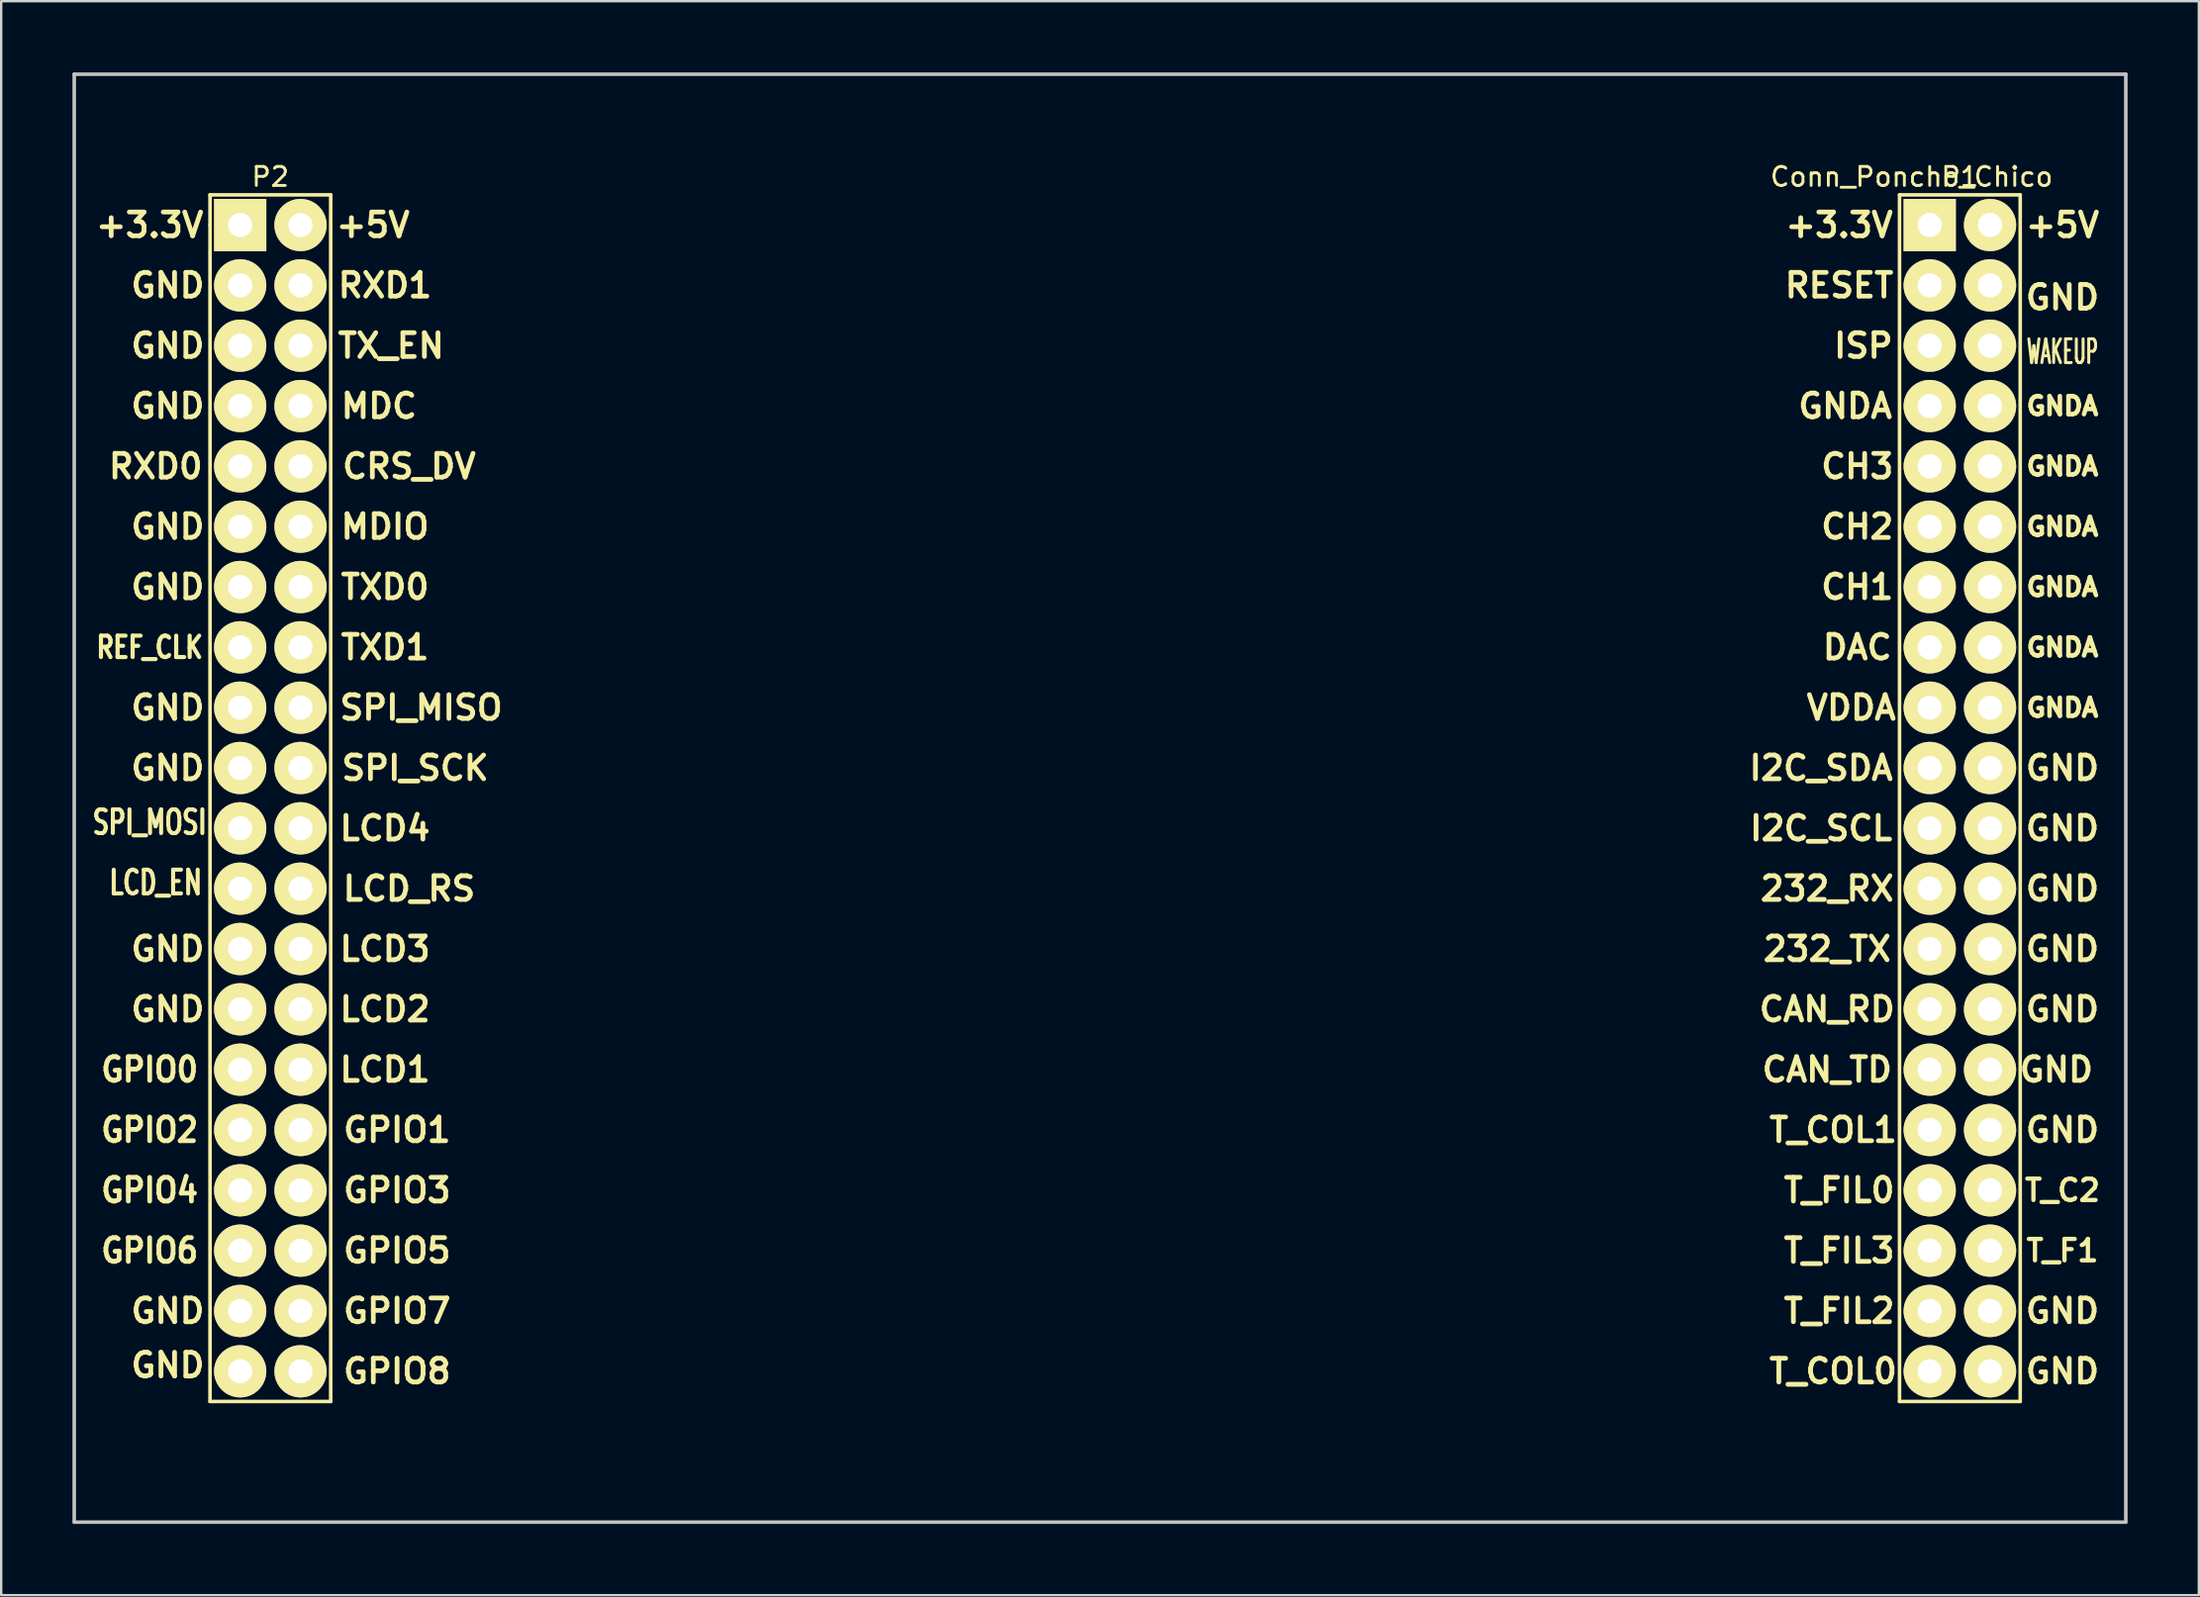
<source format=kicad_pcb>
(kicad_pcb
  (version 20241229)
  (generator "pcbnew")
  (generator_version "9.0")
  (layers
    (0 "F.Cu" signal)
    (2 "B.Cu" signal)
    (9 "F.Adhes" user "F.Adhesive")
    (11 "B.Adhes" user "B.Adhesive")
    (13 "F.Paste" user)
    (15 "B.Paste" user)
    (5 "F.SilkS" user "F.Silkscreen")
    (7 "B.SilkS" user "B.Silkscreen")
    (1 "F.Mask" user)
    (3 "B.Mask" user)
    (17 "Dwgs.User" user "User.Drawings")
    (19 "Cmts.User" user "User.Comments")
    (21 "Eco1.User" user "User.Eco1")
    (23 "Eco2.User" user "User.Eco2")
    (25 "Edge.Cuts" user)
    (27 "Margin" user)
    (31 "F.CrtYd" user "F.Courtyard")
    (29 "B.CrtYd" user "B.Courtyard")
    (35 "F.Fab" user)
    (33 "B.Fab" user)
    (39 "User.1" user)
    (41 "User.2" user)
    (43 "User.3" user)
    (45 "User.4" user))
  (footprint "Conn_Poncho_Chico"
    (layer "F.Cu")
    (at 78.18 6.425)
    (property "Reference" "Conn_Poncho_Chico" (at -0.762 -2.032 0) (layer "F.SilkS") (effects (font (size 0.8 0.8) (thickness 0.12))))
    (attr through_hole)
    (fp_line (start -72.39 -1.27) (end -67.31 -1.27) (stroke (width 0.15) (type solid)) (layer "F.SilkS"))
    (fp_line (start -72.39 0) (end -72.39 -1.27) (stroke (width 0.15) (type solid)) (layer "F.SilkS"))
    (fp_line (start -72.39 49.53) (end -72.39 0) (stroke (width 0.15) (type solid)) (layer "F.SilkS"))
    (fp_line (start -67.31 -1.27) (end -67.31 49.53) (stroke (width 0.15) (type solid)) (layer "F.SilkS"))
    (fp_line (start -67.31 49.53) (end -72.39 49.53) (stroke (width 0.15) (type solid)) (layer "F.SilkS"))
    (fp_line (start -1.27 49.53) (end -1.27 -1.27) (stroke (width 0.15) (type solid)) (layer "F.SilkS"))
    (fp_line (start 3.81 -1.27) (end -1.27 -1.27) (stroke (width 0.15) (type solid)) (layer "F.SilkS"))
    (fp_line (start 3.81 49.53) (end -1.27 49.53) (stroke (width 0.15) (type solid)) (layer "F.SilkS"))
    (fp_line (start 3.81 49.53) (end 3.81 -1.27) (stroke (width 0.15) (type solid)) (layer "F.SilkS"))
    (fp_line (start -78.105 54.61) (end -78.105 -6.35) (stroke (width 0.15) (type solid)) (layer "Dwgs.User"))
    (fp_line (start 8.255 -6.35) (end -78.105 -6.35) (stroke (width 0.15) (type solid)) (layer "Dwgs.User"))
    (fp_line (start 8.255 54.61) (end -78.105 54.61) (stroke (width 0.15) (type solid)) (layer "Dwgs.User"))
    (fp_line (start 8.255 54.61) (end 8.255 -6.35) (stroke (width 0.15) (type solid)) (layer "Dwgs.User"))
    (fp_text user "232_RX" (at -4.318 27.94 0) (layer "F.SilkS") (effects (font (size 1 1) (thickness 0.2))))
    (fp_text user "MDIO" (at -65.024 12.7 0) (layer "F.SilkS") (effects (font (size 1 1) (thickness 0.2))))
    (fp_text user "GND" (at -74.168 22.86 0) (layer "F.SilkS") (effects (font (size 1 1) (thickness 0.2))))
    (fp_text user "SPI_MOSI" (at -74.93 25.146 0) (layer "F.SilkS") (effects (font (size 1 0.7) (thickness 0.17))))
    (fp_text user "CAN_TD" (at -4.318 35.56 0) (layer "F.SilkS") (effects (font (size 1 1) (thickness 0.2))))
    (fp_text user "GND" (at -74.168 12.7 0) (layer "F.SilkS") (effects (font (size 1 1) (thickness 0.2))))
    (fp_text user "GPIO2" (at -74.93 38.1 0) (layer "F.SilkS") (effects (font (size 1 0.9) (thickness 0.2))))
    (fp_text user "GND" (at 5.334 35.56 0) (layer "F.SilkS") (effects (font (size 1 1) (thickness 0.2))))
    (fp_text user "GND" (at -74.168 20.32 0) (layer "F.SilkS") (effects (font (size 1 1) (thickness 0.2))))
    (fp_text user "P1" (at 1.27 -2.032 0) (layer "F.SilkS") (effects (font (size 0.8 0.8) (thickness 0.12))))
    (fp_text user "CH2" (at -3.048 12.7 0) (layer "F.SilkS") (effects (font (size 1 1) (thickness 0.2))))
    (fp_text user "LCD4" (at -65.024 25.4 0) (layer "F.SilkS") (effects (font (size 1 1) (thickness 0.2))))
    (fp_text user "RXD1" (at -65.024 2.54 0) (layer "F.SilkS") (effects (font (size 1 1) (thickness 0.2))))
    (fp_text user "GPIO3" (at -64.516 40.64 0) (layer "F.SilkS") (effects (font (size 1 1) (thickness 0.2))))
    (fp_text user "GNDA" (at 5.588 12.7 0) (layer "F.SilkS") (effects (font (size 0.76 0.76) (thickness 0.19))))
    (fp_text user "VDDA" (at -3.302 20.32 0) (layer "F.SilkS") (effects (font (size 1 1) (thickness 0.2))))
    (fp_text user "SPI_MISO" (at -63.5 20.32 0) (layer "F.SilkS") (effects (font (size 1 1) (thickness 0.2))))
    (fp_text user "REF_CLK" (at -74.93 17.78 0) (layer "F.SilkS") (effects (font (size 0.9 0.7) (thickness 0.175))))
    (fp_text user "CRS_DV" (at -64.008 10.16 0) (layer "F.SilkS") (effects (font (size 1 1) (thickness 0.2))))
    (fp_text user "SPI_SCK" (at -63.754 22.86 0) (layer "F.SilkS") (effects (font (size 1 1) (thickness 0.2))))
    (fp_text user "I2C_SDA" (at -4.572 22.86 0) (layer "F.SilkS") (effects (font (size 1 1) (thickness 0.2))))
    (fp_text user "+5V" (at -65.532 0 0) (layer "F.SilkS") (effects (font (size 1 1) (thickness 0.2))))
    (fp_text user "WAKEUP" (at 5.588 5.334 0) (layer "F.SilkS") (effects (font (size 1 0.5) (thickness 0.125))))
    (fp_text user "GND" (at 5.588 45.72 0) (layer "F.SilkS") (effects (font (size 1 1) (thickness 0.2))))
    (fp_text user "GND" (at -74.168 7.62 0) (layer "F.SilkS") (effects (font (size 1 1) (thickness 0.2))))
    (fp_text user "T_FIL2" (at -3.81 45.72 0) (layer "F.SilkS") (effects (font (size 1 1) (thickness 0.2))))
    (fp_text user "GND" (at -74.168 33.02 0) (layer "F.SilkS") (effects (font (size 1 1) (thickness 0.2))))
    (fp_text user "GPIO4" (at -74.93 40.64 0) (layer "F.SilkS") (effects (font (size 1 0.9) (thickness 0.2))))
    (fp_text user "LCD_RS" (at -64.008 27.94 0) (layer "F.SilkS") (effects (font (size 1 1) (thickness 0.2))))
    (fp_text user "GPIO8" (at -64.516 48.26 0) (layer "F.SilkS") (effects (font (size 1 1) (thickness 0.2))))
    (fp_text user "GPIO7" (at -64.516 45.72 0) (layer "F.SilkS") (effects (font (size 1 1) (thickness 0.2))))
    (fp_text user "T_C2" (at 5.588 40.64 0) (layer "F.SilkS") (effects (font (size 0.9 0.9) (thickness 0.18))))
    (fp_text user "GNDA" (at 5.588 17.78 0) (layer "F.SilkS") (effects (font (size 0.76 0.76) (thickness 0.19))))
    (fp_text user "CAN_RD" (at -4.318 33.02 0) (layer "F.SilkS") (effects (font (size 1 1) (thickness 0.2))))
    (fp_text user "TX_EN" (at -64.77 5.08 0) (layer "F.SilkS") (effects (font (size 1 1) (thickness 0.2))))
    (fp_text user "GPIO5" (at -64.516 43.18 0) (layer "F.SilkS") (effects (font (size 1 1) (thickness 0.2))))
    (fp_text user "T_F1" (at 5.588 43.18 0) (layer "F.SilkS") (effects (font (size 0.9 0.9) (thickness 0.18))))
    (fp_text user "T_COL0" (at -4.064 48.26 0) (layer "F.SilkS") (effects (font (size 1 1) (thickness 0.2))))
    (fp_text user "ISP" (at -2.794 5.08 0) (layer "F.SilkS") (effects (font (size 1 1) (thickness 0.2))))
    (fp_text user "GNDA" (at 5.588 15.24 0) (layer "F.SilkS") (effects (font (size 0.76 0.76) (thickness 0.19))))
    (fp_text user "CH3" (at -3.048 10.16 0) (layer "F.SilkS") (effects (font (size 1 1) (thickness 0.2))))
    (fp_text user "GND" (at -74.168 48.006 0) (layer "F.SilkS") (effects (font (size 1 1) (thickness 0.2))))
    (fp_text user "LCD1" (at -65.024 35.56 0) (layer "F.SilkS") (effects (font (size 1 1) (thickness 0.2))))
    (fp_text user "RESET" (at -3.81 2.54 0) (layer "F.SilkS") (effects (font (size 1 1) (thickness 0.2))))
    (fp_text user "GND" (at -74.168 30.48 0) (layer "F.SilkS") (effects (font (size 1 1) (thickness 0.2))))
    (fp_text user "GNDA" (at -3.556 7.62 0) (layer "F.SilkS") (effects (font (size 1 1) (thickness 0.2))))
    (fp_text user "GNDA" (at 5.588 20.32 0) (layer "F.SilkS") (effects (font (size 0.76 0.76) (thickness 0.19))))
    (fp_text user "T_COL1" (at -4.064 38.1 0) (layer "F.SilkS") (effects (font (size 1 1) (thickness 0.2))))
    (fp_text user "GND" (at 5.588 48.26 0) (layer "F.SilkS") (effects (font (size 1 1) (thickness 0.2))))
    (fp_text user "T_FIL0" (at -3.81 40.64 0) (layer "F.SilkS") (effects (font (size 1 1) (thickness 0.2))))
    (fp_text user "I2C_SCL" (at -4.572 25.4 0) (layer "F.SilkS") (effects (font (size 1 1) (thickness 0.2))))
    (fp_text user "GND" (at -74.168 45.72 0) (layer "F.SilkS") (effects (font (size 1 1) (thickness 0.2))))
    (fp_text user "GPIO0" (at -74.93 35.56 0) (layer "F.SilkS") (effects (font (size 1 0.9) (thickness 0.2))))
    (fp_text user "DAC" (at -3.048 17.78 0) (layer "F.SilkS") (effects (font (size 1 1) (thickness 0.2))))
    (fp_text user "GND" (at -74.168 2.54 0) (layer "F.SilkS") (effects (font (size 1 1) (thickness 0.2))))
    (fp_text user "GND" (at 5.588 33.02 0) (layer "F.SilkS") (effects (font (size 1 1) (thickness 0.2))))
    (fp_text user "+5V" (at 5.588 0 0) (layer "F.SilkS") (effects (font (size 1 1) (thickness 0.2))))
    (fp_text user "P2" (at -69.85 -2.032 0) (layer "F.SilkS") (effects (font (size 0.8 0.8) (thickness 0.12))))
    (fp_text user "+3.3V" (at -74.93 0 0) (layer "F.SilkS") (effects (font (size 1 1) (thickness 0.2))))
    (fp_text user "GND" (at 5.588 27.94 0) (layer "F.SilkS") (effects (font (size 1 1) (thickness 0.2))))
    (fp_text user "TXD1" (at -65.024 17.78 0) (layer "F.SilkS") (effects (font (size 1 1) (thickness 0.2))))
    (fp_text user "GND" (at 5.588 38.1 0) (layer "F.SilkS") (effects (font (size 1 1) (thickness 0.2))))
    (fp_text user "GND" (at 5.588 22.86 0) (layer "F.SilkS") (effects (font (size 1 1) (thickness 0.2))))
    (fp_text user "RXD0" (at -74.676 10.16 0) (layer "F.SilkS") (effects (font (size 1 1) (thickness 0.2))))
    (fp_text user "GND" (at -74.168 15.24 0) (layer "F.SilkS") (effects (font (size 1 1) (thickness 0.2))))
    (fp_text user "GND" (at 5.588 25.4 0) (layer "F.SilkS") (effects (font (size 1 1) (thickness 0.2))))
    (fp_text user "LCD3" (at -65.024 30.48 0) (layer "F.SilkS") (effects (font (size 1 1) (thickness 0.2))))
    (fp_text user "GND" (at 5.588 3.048 0) (layer "F.SilkS") (effects (font (size 1 1) (thickness 0.2))))
    (fp_text user "LCD_EN" (at -74.676 27.686 0) (layer "F.SilkS") (effects (font (size 1 0.7) (thickness 0.17))))
    (fp_text user "MDC" (at -65.278 7.62 0) (layer "F.SilkS") (effects (font (size 1 1) (thickness 0.2))))
    (fp_text user "TXD0" (at -65.024 15.24 0) (layer "F.SilkS") (effects (font (size 1 1) (thickness 0.2))))
    (fp_text user "GPIO1" (at -64.516 38.1 0) (layer "F.SilkS") (effects (font (size 1 1) (thickness 0.2))))
    (fp_text user "GPIO6" (at -74.93 43.18 0) (layer "F.SilkS") (effects (font (size 1 0.9) (thickness 0.2))))
    (fp_text user "GNDA" (at 5.588 7.62 0) (layer "F.SilkS") (effects (font (size 0.76 0.76) (thickness 0.19))))
    (fp_text user "GND" (at 5.588 30.48 0) (layer "F.SilkS") (effects (font (size 1 1) (thickness 0.2))))
    (fp_text user "LCD2" (at -65.024 33.02 0) (layer "F.SilkS") (effects (font (size 1 1) (thickness 0.2))))
    (fp_text user "GND" (at -74.168 5.08 0) (layer "F.SilkS") (effects (font (size 1 1) (thickness 0.2))))
    (fp_text user "GNDA" (at 5.588 10.16 0) (layer "F.SilkS") (effects (font (size 0.76 0.76) (thickness 0.19))))
    (fp_text user "232_TX" (at -4.318 30.48 0) (layer "F.SilkS") (effects (font (size 1 1) (thickness 0.2))))
    (fp_text user "T_FIL3" (at -3.81 43.18 0) (layer "F.SilkS") (effects (font (size 1 1) (thickness 0.2))))
    (fp_text user "CH1" (at -3.048 15.24 0) (layer "F.SilkS") (effects (font (size 1 1) (thickness 0.2))))
    (fp_text user "+3.3V" (at -3.81 0 0) (layer "F.SilkS") (effects (font (size 1 1) (thickness 0.2))))
    (pad "1" thru_hole rect (at 0 0) (size 2.2 2.2) (drill 1.016) (layers "*.Cu" "*.Mask" "F.SilkS"))
    (pad "2" thru_hole oval (at 2.54 0) (size 2.2 2.2) (drill 1.016) (layers "*.Cu" "*.Mask" "F.SilkS"))
    (pad "3" thru_hole oval (at 0 2.54) (size 2.2 2.2) (drill 1.016) (layers "*.Cu" "*.Mask" "F.SilkS"))
    (pad "4" thru_hole oval (at 2.54 2.54) (size 2.2 2.2) (drill 1.016) (layers "*.Cu" "*.Mask" "F.SilkS"))
    (pad "5" thru_hole oval (at 0 5.08) (size 2.2 2.2) (drill 1.016) (layers "*.Cu" "*.Mask" "F.SilkS"))
    (pad "6" thru_hole oval (at 2.54 5.08) (size 2.2 2.2) (drill 1.016) (layers "*.Cu" "*.Mask" "F.SilkS"))
    (pad "7" thru_hole oval (at 0 7.62) (size 2.2 2.2) (drill 1.016) (layers "*.Cu" "*.Mask" "F.SilkS"))
    (pad "8" thru_hole oval (at 2.54 7.62) (size 2.2 2.2) (drill 1.016) (layers "*.Cu" "*.Mask" "F.SilkS"))
    (pad "9" thru_hole oval (at 0 10.16) (size 2.2 2.2) (drill 1.016) (layers "*.Cu" "*.Mask" "F.SilkS"))
    (pad "10" thru_hole oval (at 2.54 10.16) (size 2.2 2.2) (drill 1.016) (layers "*.Cu" "*.Mask" "F.SilkS"))
    (pad "11" thru_hole oval (at 0 12.7) (size 2.2 2.2) (drill 1.016) (layers "*.Cu" "*.Mask" "F.SilkS"))
    (pad "12" thru_hole oval (at 2.54 12.7) (size 2.2 2.2) (drill 1.016) (layers "*.Cu" "*.Mask" "F.SilkS"))
    (pad "13" thru_hole oval (at 0 15.24) (size 2.2 2.2) (drill 1.016) (layers "*.Cu" "*.Mask" "F.SilkS"))
    (pad "14" thru_hole oval (at 2.54 15.24) (size 2.2 2.2) (drill 1.016) (layers "*.Cu" "*.Mask" "F.SilkS"))
    (pad "15" thru_hole oval (at 0 17.78) (size 2.2 2.2) (drill 1.016) (layers "*.Cu" "*.Mask" "F.SilkS"))
    (pad "16" thru_hole oval (at 2.54 17.78) (size 2.2 2.2) (drill 1.016) (layers "*.Cu" "*.Mask" "F.SilkS"))
    (pad "17" thru_hole oval (at 0 20.32) (size 2.2 2.2) (drill 1.016) (layers "*.Cu" "*.Mask" "F.SilkS"))
    (pad "18" thru_hole oval (at 2.54 20.32) (size 2.2 2.2) (drill 1.016) (layers "*.Cu" "*.Mask" "F.SilkS"))
    (pad "19" thru_hole oval (at 0 22.86) (size 2.2 2.2) (drill 1.016) (layers "*.Cu" "*.Mask" "F.SilkS"))
    (pad "20" thru_hole oval (at 2.54 22.86) (size 2.2 2.2) (drill 1.016) (layers "*.Cu" "*.Mask" "F.SilkS"))
    (pad "21" thru_hole oval (at 0 25.4) (size 2.2 2.2) (drill 1.016) (layers "*.Cu" "*.Mask" "F.SilkS"))
    (pad "22" thru_hole oval (at 2.54 25.4) (size 2.2 2.2) (drill 1.016) (layers "*.Cu" "*.Mask" "F.SilkS"))
    (pad "23" thru_hole oval (at 0 27.94) (size 2.2 2.2) (drill 1.016) (layers "*.Cu" "*.Mask" "F.SilkS"))
    (pad "24" thru_hole oval (at 2.54 27.94) (size 2.2 2.2) (drill 1.016) (layers "*.Cu" "*.Mask" "F.SilkS"))
    (pad "25" thru_hole oval (at 0 30.48) (size 2.2 2.2) (drill 1.016) (layers "*.Cu" "*.Mask" "F.SilkS"))
    (pad "26" thru_hole oval (at 2.54 30.48) (size 2.2 2.2) (drill 1.016) (layers "*.Cu" "*.Mask" "F.SilkS"))
    (pad "27" thru_hole oval (at 0 33.02) (size 2.2 2.2) (drill 1.016) (layers "*.Cu" "*.Mask" "F.SilkS"))
    (pad "28" thru_hole oval (at 2.54 33.02) (size 2.2 2.2) (drill 1.016) (layers "*.Cu" "*.Mask" "F.SilkS"))
    (pad "29" thru_hole oval (at 0 35.56) (size 2.2 2.2) (drill 1.016) (layers "*.Cu" "*.Mask" "F.SilkS"))
    (pad "30" thru_hole oval (at 2.54 35.56) (size 2.2 2.2) (drill 1.016) (layers "*.Cu" "*.Mask" "F.SilkS"))
    (pad "31" thru_hole oval (at 0 38.1) (size 2.2 2.2) (drill 1.016) (layers "*.Cu" "*.Mask" "F.SilkS"))
    (pad "32" thru_hole oval (at 2.54 38.1) (size 2.2 2.2) (drill 1.016) (layers "*.Cu" "*.Mask" "F.SilkS"))
    (pad "33" thru_hole oval (at 0 40.64) (size 2.2 2.2) (drill 1.016) (layers "*.Cu" "*.Mask" "F.SilkS"))
    (pad "34" thru_hole oval (at 2.54 40.64) (size 2.2 2.2) (drill 1.016) (layers "*.Cu" "*.Mask" "F.SilkS"))
    (pad "35" thru_hole oval (at 0 43.18) (size 2.2 2.2) (drill 1.016) (layers "*.Cu" "*.Mask" "F.SilkS"))
    (pad "36" thru_hole oval (at 2.54 43.18) (size 2.2 2.2) (drill 1.016) (layers "*.Cu" "*.Mask" "F.SilkS"))
    (pad "37" thru_hole oval (at 0 45.72) (size 2.2 2.2) (drill 1.016) (layers "*.Cu" "*.Mask" "F.SilkS"))
    (pad "38" thru_hole oval (at 2.54 45.72) (size 2.2 2.2) (drill 1.016) (layers "*.Cu" "*.Mask" "F.SilkS"))
    (pad "39" thru_hole oval (at 0 48.26) (size 2.2 2.2) (drill 1.016) (layers "*.Cu" "*.Mask" "F.SilkS"))
    (pad "40" thru_hole oval (at 2.54 48.26) (size 2.2 2.2) (drill 1.016) (layers "*.Cu" "*.Mask" "F.SilkS"))
    (pad "41" thru_hole rect (at -71.12 0) (size 2.2 2.2) (drill 1.016) (layers "*.Cu" "*.Mask" "F.SilkS"))
    (pad "42" thru_hole oval (at -68.58 0) (size 2.2 2.2) (drill 1.016) (layers "*.Cu" "*.Mask" "F.SilkS"))
    (pad "43" thru_hole oval (at -71.12 2.54) (size 2.2 2.2) (drill 1.016) (layers "*.Cu" "*.Mask" "F.SilkS"))
    (pad "44" thru_hole oval (at -68.58 2.54) (size 2.2 2.2) (drill 1.016) (layers "*.Cu" "*.Mask" "F.SilkS"))
    (pad "45" thru_hole oval (at -71.12 5.08) (size 2.2 2.2) (drill 1.016) (layers "*.Cu" "*.Mask" "F.SilkS"))
    (pad "46" thru_hole oval (at -68.58 5.08) (size 2.2 2.2) (drill 1.016) (layers "*.Cu" "*.Mask" "F.SilkS"))
    (pad "47" thru_hole oval (at -71.12 7.62) (size 2.2 2.2) (drill 1.016) (layers "*.Cu" "*.Mask" "F.SilkS"))
    (pad "48" thru_hole oval (at -68.58 7.62) (size 2.2 2.2) (drill 1.016) (layers "*.Cu" "*.Mask" "F.SilkS"))
    (pad "49" thru_hole oval (at -71.12 10.16) (size 2.2 2.2) (drill 1.016) (layers "*.Cu" "*.Mask" "F.SilkS"))
    (pad "50" thru_hole oval (at -68.58 10.16) (size 2.2 2.2) (drill 1.016) (layers "*.Cu" "*.Mask" "F.SilkS"))
    (pad "51" thru_hole oval (at -71.12 12.7) (size 2.2 2.2) (drill 1.016) (layers "*.Cu" "*.Mask" "F.SilkS"))
    (pad "52" thru_hole oval (at -68.58 12.7) (size 2.2 2.2) (drill 1.016) (layers "*.Cu" "*.Mask" "F.SilkS"))
    (pad "53" thru_hole oval (at -71.12 15.24) (size 2.2 2.2) (drill 1.016) (layers "*.Cu" "*.Mask" "F.SilkS"))
    (pad "54" thru_hole oval (at -68.58 15.24) (size 2.2 2.2) (drill 1.016) (layers "*.Cu" "*.Mask" "F.SilkS"))
    (pad "55" thru_hole oval (at -71.12 17.78) (size 2.2 2.2) (drill 1.016) (layers "*.Cu" "*.Mask" "F.SilkS"))
    (pad "56" thru_hole oval (at -68.58 17.78) (size 2.2 2.2) (drill 1.016) (layers "*.Cu" "*.Mask" "F.SilkS"))
    (pad "57" thru_hole oval (at -71.12 20.32) (size 2.2 2.2) (drill 1.016) (layers "*.Cu" "*.Mask" "F.SilkS"))
    (pad "58" thru_hole oval (at -68.58 20.32) (size 2.2 2.2) (drill 1.016) (layers "*.Cu" "*.Mask" "F.SilkS"))
    (pad "59" thru_hole oval (at -71.12 22.86) (size 2.2 2.2) (drill 1.016) (layers "*.Cu" "*.Mask" "F.SilkS"))
    (pad "60" thru_hole oval (at -68.58 22.86) (size 2.2 2.2) (drill 1.016) (layers "*.Cu" "*.Mask" "F.SilkS"))
    (pad "61" thru_hole oval (at -71.12 25.4) (size 2.2 2.2) (drill 1.016) (layers "*.Cu" "*.Mask" "F.SilkS"))
    (pad "62" thru_hole oval (at -68.58 25.4) (size 2.2 2.2) (drill 1.016) (layers "*.Cu" "*.Mask" "F.SilkS"))
    (pad "63" thru_hole oval (at -71.12 27.94) (size 2.2 2.2) (drill 1.016) (layers "*.Cu" "*.Mask" "F.SilkS"))
    (pad "64" thru_hole oval (at -68.58 27.94) (size 2.2 2.2) (drill 1.016) (layers "*.Cu" "*.Mask" "F.SilkS"))
    (pad "65" thru_hole oval (at -71.12 30.48) (size 2.2 2.2) (drill 1.016) (layers "*.Cu" "*.Mask" "F.SilkS"))
    (pad "66" thru_hole oval (at -68.58 30.48) (size 2.2 2.2) (drill 1.016) (layers "*.Cu" "*.Mask" "F.SilkS"))
    (pad "67" thru_hole oval (at -71.12 33.02) (size 2.2 2.2) (drill 1.016) (layers "*.Cu" "*.Mask" "F.SilkS"))
    (pad "68" thru_hole oval (at -68.58 33.02) (size 2.2 2.2) (drill 1.016) (layers "*.Cu" "*.Mask" "F.SilkS"))
    (pad "69" thru_hole oval (at -71.12 35.56) (size 2.2 2.2) (drill 1.016) (layers "*.Cu" "*.Mask" "F.SilkS"))
    (pad "70" thru_hole oval (at -68.58 35.56) (size 2.2 2.2) (drill 1.016) (layers "*.Cu" "*.Mask" "F.SilkS"))
    (pad "71" thru_hole oval (at -71.12 38.1) (size 2.2 2.2) (drill 1.016) (layers "*.Cu" "*.Mask" "F.SilkS"))
    (pad "72" thru_hole oval (at -68.58 38.1) (size 2.2 2.2) (drill 1.016) (layers "*.Cu" "*.Mask" "F.SilkS"))
    (pad "73" thru_hole oval (at -71.12 40.64) (size 2.2 2.2) (drill 1.016) (layers "*.Cu" "*.Mask" "F.SilkS"))
    (pad "74" thru_hole oval (at -68.58 40.64) (size 2.2 2.2) (drill 1.016) (layers "*.Cu" "*.Mask" "F.SilkS"))
    (pad "75" thru_hole oval (at -71.12 43.18) (size 2.2 2.2) (drill 1.016) (layers "*.Cu" "*.Mask" "F.SilkS"))
    (pad "76" thru_hole oval (at -68.58 43.18) (size 2.2 2.2) (drill 1.016) (layers "*.Cu" "*.Mask" "F.SilkS"))
    (pad "77" thru_hole oval (at -71.12 45.72) (size 2.2 2.2) (drill 1.016) (layers "*.Cu" "*.Mask" "F.SilkS"))
    (pad "78" thru_hole oval (at -68.58 45.72) (size 2.2 2.2) (drill 1.016) (layers "*.Cu" "*.Mask" "F.SilkS"))
    (pad "79" thru_hole oval (at -71.12 48.26) (size 2.2 2.2) (drill 1.016) (layers "*.Cu" "*.Mask" "F.SilkS"))
    (pad "80" thru_hole oval (at -68.58 48.26) (size 2.2 2.2) (drill 1.016) (layers "*.Cu" "*.Mask" "F.SilkS")))
  (gr_rect
    (start -3 -3)
    (end 89.51 64.11)
    (stroke (width 0.1) (type default))
    (fill no)
    (layer "Edge.Cuts")))
</source>
